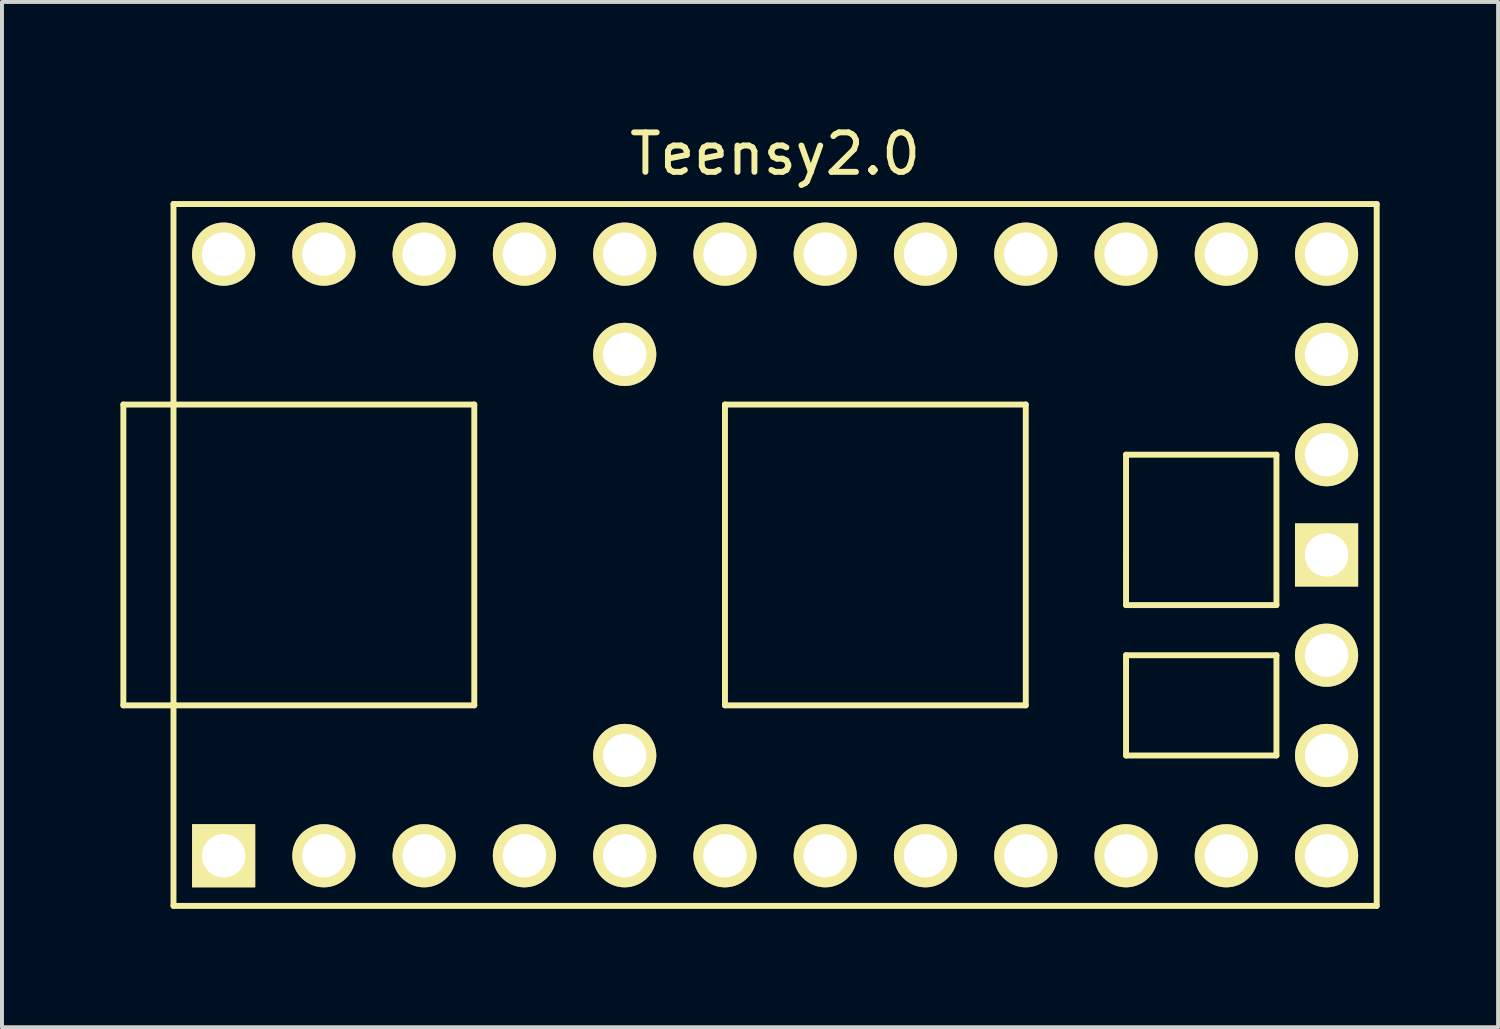
<source format=kicad_pcb>
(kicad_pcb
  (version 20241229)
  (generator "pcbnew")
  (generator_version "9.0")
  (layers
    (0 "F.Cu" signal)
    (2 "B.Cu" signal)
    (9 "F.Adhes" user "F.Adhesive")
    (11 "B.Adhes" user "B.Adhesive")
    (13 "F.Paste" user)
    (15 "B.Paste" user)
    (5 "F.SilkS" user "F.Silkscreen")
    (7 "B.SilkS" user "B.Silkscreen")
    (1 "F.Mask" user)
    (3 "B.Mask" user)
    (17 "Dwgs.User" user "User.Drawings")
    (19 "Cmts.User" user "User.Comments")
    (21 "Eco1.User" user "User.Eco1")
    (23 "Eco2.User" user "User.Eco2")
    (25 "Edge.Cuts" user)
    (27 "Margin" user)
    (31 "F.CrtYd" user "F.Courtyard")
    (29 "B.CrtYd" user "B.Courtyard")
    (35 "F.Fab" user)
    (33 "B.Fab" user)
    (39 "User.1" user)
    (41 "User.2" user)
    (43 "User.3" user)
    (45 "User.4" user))
  (footprint "Teensy2.0"
    (layer "F.Cu")
    (at 16.585 11.008)
    (property "Reference" "Teensy2.0" (at 0 -10.16 0) (layer "F.SilkS") (effects (font (size 1 1) (thickness 0.15))))
    (attr through_hole)
    (fp_line (start -16.51 -3.81) (end -7.62 -3.81) (stroke (width 0.15) (type solid)) (layer "F.SilkS"))
    (fp_line (start -16.51 3.81) (end -16.51 -3.81) (stroke (width 0.15) (type solid)) (layer "F.SilkS"))
    (fp_line (start -15.24 -8.89) (end 15.24 -8.89) (stroke (width 0.15) (type solid)) (layer "F.SilkS"))
    (fp_line (start -15.24 8.89) (end -15.24 -8.89) (stroke (width 0.15) (type solid)) (layer "F.SilkS"))
    (fp_line (start -7.62 -3.81) (end -7.62 3.81) (stroke (width 0.15) (type solid)) (layer "F.SilkS"))
    (fp_line (start -7.62 3.81) (end -16.51 3.81) (stroke (width 0.15) (type solid)) (layer "F.SilkS"))
    (fp_line (start -1.27 -3.81) (end -1.27 3.81) (stroke (width 0.15) (type solid)) (layer "F.SilkS"))
    (fp_line (start -1.27 3.81) (end 6.35 3.81) (stroke (width 0.15) (type solid)) (layer "F.SilkS"))
    (fp_line (start 6.35 -3.81) (end -1.27 -3.81) (stroke (width 0.15) (type solid)) (layer "F.SilkS"))
    (fp_line (start 6.35 3.81) (end 6.35 -3.81) (stroke (width 0.15) (type solid)) (layer "F.SilkS"))
    (fp_line (start 8.89 -2.54) (end 8.89 0) (stroke (width 0.15) (type solid)) (layer "F.SilkS"))
    (fp_line (start 8.89 0) (end 8.89 1.27) (stroke (width 0.15) (type solid)) (layer "F.SilkS"))
    (fp_line (start 8.89 1.27) (end 12.7 1.27) (stroke (width 0.15) (type solid)) (layer "F.SilkS"))
    (fp_line (start 8.89 2.54) (end 8.89 5.08) (stroke (width 0.15) (type solid)) (layer "F.SilkS"))
    (fp_line (start 8.89 5.08) (end 12.7 5.08) (stroke (width 0.15) (type solid)) (layer "F.SilkS"))
    (fp_line (start 12.7 -2.54) (end 8.89 -2.54) (stroke (width 0.15) (type solid)) (layer "F.SilkS"))
    (fp_line (start 12.7 1.27) (end 12.7 -2.54) (stroke (width 0.15) (type solid)) (layer "F.SilkS"))
    (fp_line (start 12.7 2.54) (end 8.89 2.54) (stroke (width 0.15) (type solid)) (layer "F.SilkS"))
    (fp_line (start 12.7 5.08) (end 12.7 2.54) (stroke (width 0.15) (type solid)) (layer "F.SilkS"))
    (fp_line (start 15.24 -8.89) (end 15.24 8.89) (stroke (width 0.15) (type solid)) (layer "F.SilkS"))
    (fp_line (start 15.24 8.89) (end -15.24 8.89) (stroke (width 0.15) (type solid)) (layer "F.SilkS"))
    (pad "1" thru_hole rect (at -13.97 7.62) (size 1.6 1.6) (drill 1.1) (layers "*.Cu" "*.Mask" "F.SilkS"))
    (pad "2" thru_hole circle (at -11.43 7.62) (size 1.6 1.6) (drill 1.1) (layers "*.Cu" "*.Mask" "F.SilkS"))
    (pad "3" thru_hole circle (at -8.89 7.62) (size 1.6 1.6) (drill 1.1) (layers "*.Cu" "*.Mask" "F.SilkS"))
    (pad "4" thru_hole circle (at -6.35 7.62) (size 1.6 1.6) (drill 1.1) (layers "*.Cu" "*.Mask" "F.SilkS"))
    (pad "5" thru_hole circle (at -3.81 7.62) (size 1.6 1.6) (drill 1.1) (layers "*.Cu" "*.Mask" "F.SilkS"))
    (pad "6" thru_hole circle (at -1.27 7.62) (size 1.6 1.6) (drill 1.1) (layers "*.Cu" "*.Mask" "F.SilkS"))
    (pad "7" thru_hole circle (at 1.27 7.62) (size 1.6 1.6) (drill 1.1) (layers "*.Cu" "*.Mask" "F.SilkS"))
    (pad "8" thru_hole circle (at 3.81 7.62) (size 1.6 1.6) (drill 1.1) (layers "*.Cu" "*.Mask" "F.SilkS"))
    (pad "9" thru_hole circle (at 6.35 7.62) (size 1.6 1.6) (drill 1.1) (layers "*.Cu" "*.Mask" "F.SilkS"))
    (pad "10" thru_hole circle (at 8.89 7.62) (size 1.6 1.6) (drill 1.1) (layers "*.Cu" "*.Mask" "F.SilkS"))
    (pad "11" thru_hole circle (at 11.43 7.62) (size 1.6 1.6) (drill 1.1) (layers "*.Cu" "*.Mask" "F.SilkS"))
    (pad "12" thru_hole circle (at 13.97 7.62) (size 1.6 1.6) (drill 1.1) (layers "*.Cu" "*.Mask" "F.SilkS"))
    (pad "13" thru_hole circle (at 13.97 5.08) (size 1.6 1.6) (drill 1.1) (layers "*.Cu" "*.Mask" "F.SilkS"))
    (pad "14" thru_hole circle (at 13.97 2.54) (size 1.6 1.6) (drill 1.1) (layers "*.Cu" "*.Mask" "F.SilkS"))
    (pad "15" thru_hole rect (at 13.97 0) (size 1.6 1.6) (drill 1.1) (layers "*.Cu" "*.Mask" "F.SilkS"))
    (pad "16" thru_hole circle (at 13.97 -2.54) (size 1.6 1.6) (drill 1.1) (layers "*.Cu" "*.Mask" "F.SilkS"))
    (pad "17" thru_hole circle (at 13.97 -5.08) (size 1.6 1.6) (drill 1.1) (layers "*.Cu" "*.Mask" "F.SilkS"))
    (pad "18" thru_hole circle (at 13.97 -7.62) (size 1.6 1.6) (drill 1.1) (layers "*.Cu" "*.Mask" "F.SilkS"))
    (pad "19" thru_hole circle (at 11.43 -7.62) (size 1.6 1.6) (drill 1.1) (layers "*.Cu" "*.Mask" "F.SilkS"))
    (pad "20" thru_hole circle (at 8.89 -7.62) (size 1.6 1.6) (drill 1.1) (layers "*.Cu" "*.Mask" "F.SilkS"))
    (pad "21" thru_hole circle (at 6.35 -7.62) (size 1.6 1.6) (drill 1.1) (layers "*.Cu" "*.Mask" "F.SilkS"))
    (pad "22" thru_hole circle (at 3.81 -7.62) (size 1.6 1.6) (drill 1.1) (layers "*.Cu" "*.Mask" "F.SilkS"))
    (pad "23" thru_hole circle (at 1.27 -7.62) (size 1.6 1.6) (drill 1.1) (layers "*.Cu" "*.Mask" "F.SilkS"))
    (pad "24" thru_hole circle (at -1.27 -7.62) (size 1.6 1.6) (drill 1.1) (layers "*.Cu" "*.Mask" "F.SilkS"))
    (pad "25" thru_hole circle (at -3.81 -7.62) (size 1.6 1.6) (drill 1.1) (layers "*.Cu" "*.Mask" "F.SilkS"))
    (pad "26" thru_hole circle (at -6.35 -7.62) (size 1.6 1.6) (drill 1.1) (layers "*.Cu" "*.Mask" "F.SilkS"))
    (pad "27" thru_hole circle (at -8.89 -7.62) (size 1.6 1.6) (drill 1.1) (layers "*.Cu" "*.Mask" "F.SilkS"))
    (pad "28" thru_hole circle (at -11.43 -7.62) (size 1.6 1.6) (drill 1.1) (layers "*.Cu" "*.Mask" "F.SilkS"))
    (pad "29" thru_hole circle (at -13.97 -7.62) (size 1.6 1.6) (drill 1.1) (layers "*.Cu" "*.Mask" "F.SilkS"))
    (pad "30" thru_hole circle (at -3.81 5.08) (size 1.6 1.6) (drill 1.1) (layers "*.Cu" "*.Mask" "F.SilkS"))
    (pad "31" thru_hole circle (at -3.81 -5.08) (size 1.6 1.6) (drill 1.1) (layers "*.Cu" "*.Mask" "F.SilkS")))
  (gr_rect
    (start -3 -3)
    (end 34.9 22.973)
    (stroke (width 0.1) (type default))
    (fill no)
    (layer "Edge.Cuts")))
</source>
